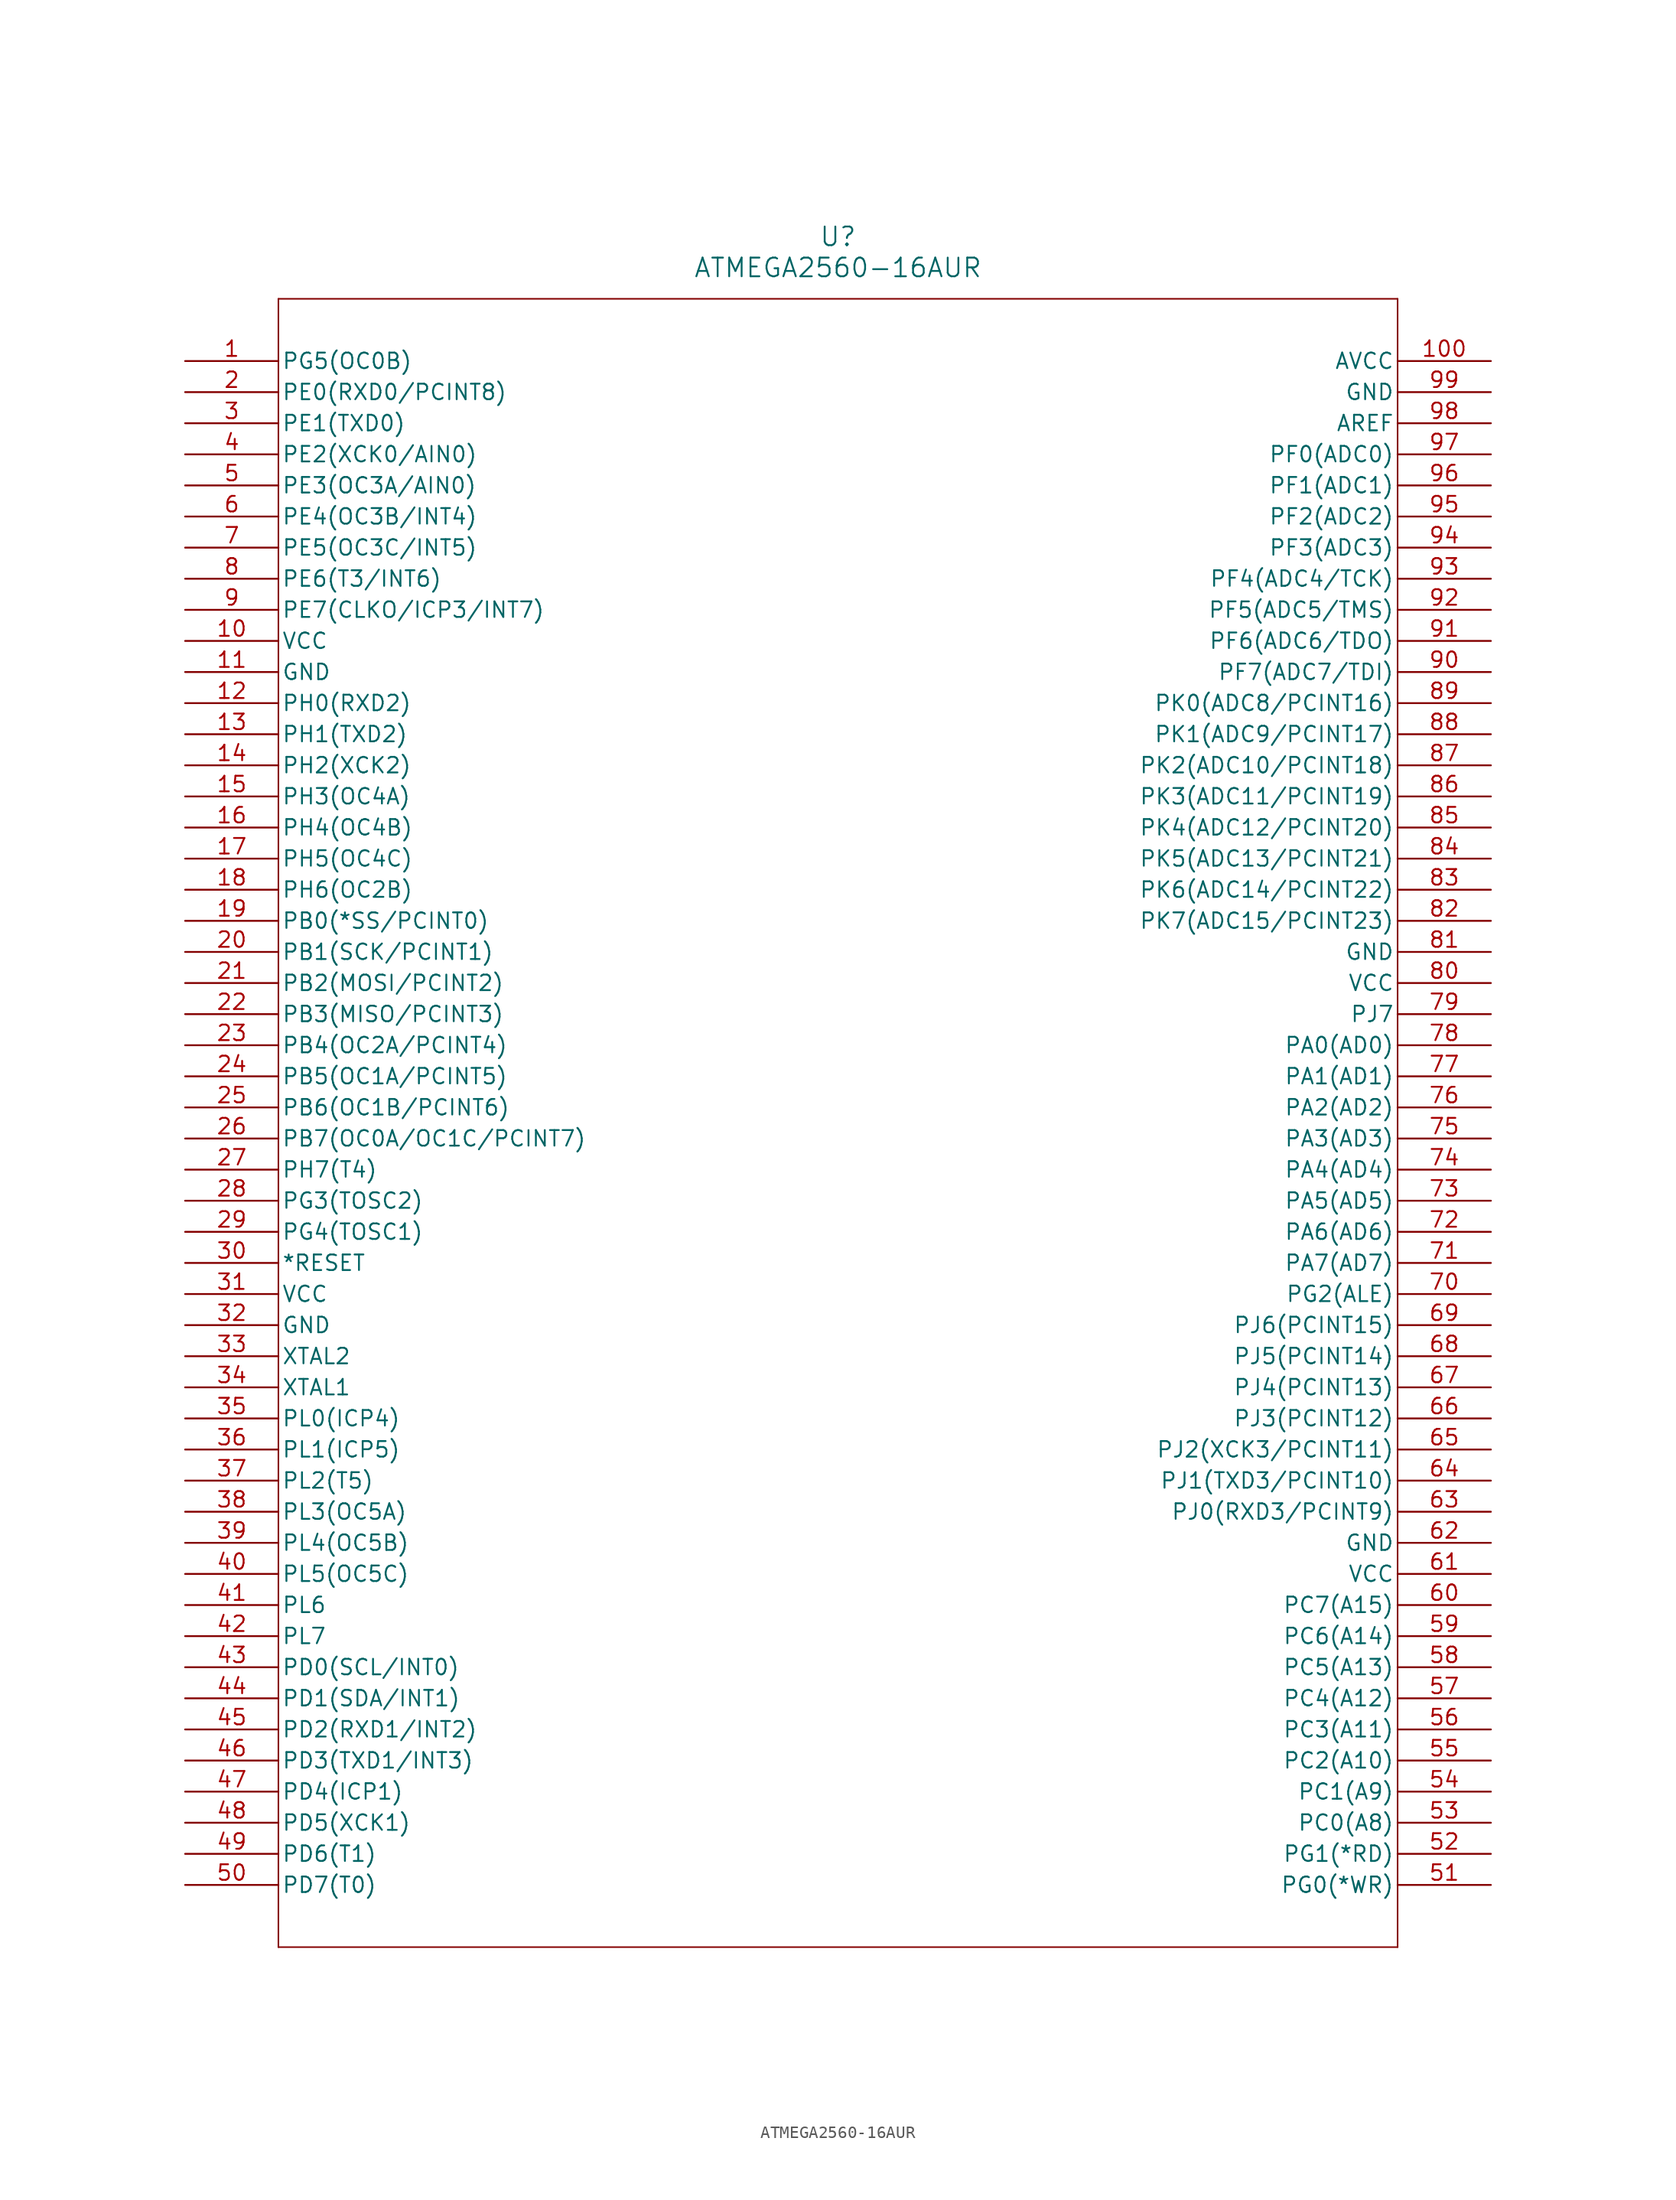
<source format=kicad_sym>
(kicad_symbol_lib
  (version 20211014)
  (generator kicad_symbol_editor)
  (symbol "ATMEGA2560-16AUR"
    (pin_names
      (offset 0.254))
    (property "Reference" "U"
      (at 53.34 10.16 0)
      (effects (font (size 1.524 1.524))))
    (property "Value" "ATMEGA2560-16AUR"
      (at 53.34 7.62 0)
      (effects (font (size 1.524 1.524))))
    (symbol "ATMEGA2560-16AUR_0_1"
      (polyline (pts (xy 7.62 5.08) (xy 7.62 -129.54)) (stroke (width 0.127) (type default) (color 0 0 0 0)) (fill (type none)))
      (polyline (pts (xy 7.62 -129.54) (xy 99.06 -129.54)) (stroke (width 0.127) (type default) (color 0 0 0 0)) (fill (type none)))
      (polyline (pts (xy 99.06 -129.54) (xy 99.06 5.08)) (stroke (width 0.127) (type default) (color 0 0 0 0)) (fill (type none)))
      (polyline (pts (xy 99.06 5.08) (xy 7.62 5.08)) (stroke (width 0.127) (type default) (color 0 0 0 0)) (fill (type none)))
      (pin bidirectional line (at 0 0 0) (length 7.62) (name "PG5(OC0B)" (effects (font (size 1.27 1.27)))) (number "1" (effects (font (size 1.27 1.27)))))
      (pin bidirectional line (at 0 -2.54 0) (length 7.62) (name "PE0(RXD0/PCINT8)" (effects (font (size 1.27 1.27)))) (number "2" (effects (font (size 1.27 1.27)))))
      (pin bidirectional line (at 0 -5.08 0) (length 7.62) (name "PE1(TXD0)" (effects (font (size 1.27 1.27)))) (number "3" (effects (font (size 1.27 1.27)))))
      (pin bidirectional line (at 0 -7.62 0) (length 7.62) (name "PE2(XCK0/AIN0)" (effects (font (size 1.27 1.27)))) (number "4" (effects (font (size 1.27 1.27)))))
      (pin bidirectional line (at 0 -10.16 0) (length 7.62) (name "PE3(OC3A/AIN0)" (effects (font (size 1.27 1.27)))) (number "5" (effects (font (size 1.27 1.27)))))
      (pin bidirectional line (at 0 -12.7 0) (length 7.62) (name "PE4(OC3B/INT4)" (effects (font (size 1.27 1.27)))) (number "6" (effects (font (size 1.27 1.27)))))
      (pin bidirectional line (at 0 -15.24 0) (length 7.62) (name "PE5(OC3C/INT5)" (effects (font (size 1.27 1.27)))) (number "7" (effects (font (size 1.27 1.27)))))
      (pin bidirectional line (at 0 -17.78 0) (length 7.62) (name "PE6(T3/INT6)" (effects (font (size 1.27 1.27)))) (number "8" (effects (font (size 1.27 1.27)))))
      (pin bidirectional line (at 0 -20.32 0) (length 7.62) (name "PE7(CLKO/ICP3/INT7)" (effects (font (size 1.27 1.27)))) (number "9" (effects (font (size 1.27 1.27)))))
      (pin power_in line (at 0 -22.86 0) (length 7.62) (name "VCC" (effects (font (size 1.27 1.27)))) (number "10" (effects (font (size 1.27 1.27)))))
      (pin power_out line (at 0 -25.4 0) (length 7.62) (name "GND" (effects (font (size 1.27 1.27)))) (number "11" (effects (font (size 1.27 1.27)))))
      (pin bidirectional line (at 0 -27.94 0) (length 7.62) (name "PH0(RXD2)" (effects (font (size 1.27 1.27)))) (number "12" (effects (font (size 1.27 1.27)))))
      (pin bidirectional line (at 0 -30.48 0) (length 7.62) (name "PH1(TXD2)" (effects (font (size 1.27 1.27)))) (number "13" (effects (font (size 1.27 1.27)))))
      (pin bidirectional line (at 0 -33.02 0) (length 7.62) (name "PH2(XCK2)" (effects (font (size 1.27 1.27)))) (number "14" (effects (font (size 1.27 1.27)))))
      (pin bidirectional line (at 0 -35.56 0) (length 7.62) (name "PH3(OC4A)" (effects (font (size 1.27 1.27)))) (number "15" (effects (font (size 1.27 1.27)))))
      (pin bidirectional line (at 0 -38.1 0) (length 7.62) (name "PH4(OC4B)" (effects (font (size 1.27 1.27)))) (number "16" (effects (font (size 1.27 1.27)))))
      (pin bidirectional line (at 0 -40.64 0) (length 7.62) (name "PH5(OC4C)" (effects (font (size 1.27 1.27)))) (number "17" (effects (font (size 1.27 1.27)))))
      (pin bidirectional line (at 0 -43.18 0) (length 7.62) (name "PH6(OC2B)" (effects (font (size 1.27 1.27)))) (number "18" (effects (font (size 1.27 1.27)))))
      (pin bidirectional line (at 0 -45.72 0) (length 7.62) (name "PB0(*SS/PCINT0)" (effects (font (size 1.27 1.27)))) (number "19" (effects (font (size 1.27 1.27)))))
      (pin bidirectional line (at 0 -48.26 0) (length 7.62) (name "PB1(SCK/PCINT1)" (effects (font (size 1.27 1.27)))) (number "20" (effects (font (size 1.27 1.27)))))
      (pin bidirectional line (at 0 -50.8 0) (length 7.62) (name "PB2(MOSI/PCINT2)" (effects (font (size 1.27 1.27)))) (number "21" (effects (font (size 1.27 1.27)))))
      (pin bidirectional line (at 0 -53.34 0) (length 7.62) (name "PB3(MISO/PCINT3)" (effects (font (size 1.27 1.27)))) (number "22" (effects (font (size 1.27 1.27)))))
      (pin bidirectional line (at 0 -55.88 0) (length 7.62) (name "PB4(OC2A/PCINT4)" (effects (font (size 1.27 1.27)))) (number "23" (effects (font (size 1.27 1.27)))))
      (pin bidirectional line (at 0 -58.42 0) (length 7.62) (name "PB5(OC1A/PCINT5)" (effects (font (size 1.27 1.27)))) (number "24" (effects (font (size 1.27 1.27)))))
      (pin bidirectional line (at 0 -60.96 0) (length 7.62) (name "PB6(OC1B/PCINT6)" (effects (font (size 1.27 1.27)))) (number "25" (effects (font (size 1.27 1.27)))))
      (pin bidirectional line (at 0 -63.5 0) (length 7.62) (name "PB7(OC0A/OC1C/PCINT7)" (effects (font (size 1.27 1.27)))) (number "26" (effects (font (size 1.27 1.27)))))
      (pin bidirectional line (at 0 -66.04 0) (length 7.62) (name "PH7(T4)" (effects (font (size 1.27 1.27)))) (number "27" (effects (font (size 1.27 1.27)))))
      (pin bidirectional line (at 0 -68.58 0) (length 7.62) (name "PG3(TOSC2)" (effects (font (size 1.27 1.27)))) (number "28" (effects (font (size 1.27 1.27)))))
      (pin bidirectional line (at 0 -71.12 0) (length 7.62) (name "PG4(TOSC1)" (effects (font (size 1.27 1.27)))) (number "29" (effects (font (size 1.27 1.27)))))
      (pin input line (at 0 -73.66 0) (length 7.62) (name "*RESET" (effects (font (size 1.27 1.27)))) (number "30" (effects (font (size 1.27 1.27)))))
      (pin power_in line (at 0 -76.2 0) (length 7.62) (name "VCC" (effects (font (size 1.27 1.27)))) (number "31" (effects (font (size 1.27 1.27)))))
      (pin power_out line (at 0 -78.74 0) (length 7.62) (name "GND" (effects (font (size 1.27 1.27)))) (number "32" (effects (font (size 1.27 1.27)))))
      (pin bidirectional line (at 0 -81.28 0) (length 7.62) (name "XTAL2" (effects (font (size 1.27 1.27)))) (number "33" (effects (font (size 1.27 1.27)))))
      (pin bidirectional line (at 0 -83.82 0) (length 7.62) (name "XTAL1" (effects (font (size 1.27 1.27)))) (number "34" (effects (font (size 1.27 1.27)))))
      (pin bidirectional line (at 0 -86.36 0) (length 7.62) (name "PL0(ICP4)" (effects (font (size 1.27 1.27)))) (number "35" (effects (font (size 1.27 1.27)))))
      (pin bidirectional line (at 0 -88.9 0) (length 7.62) (name "PL1(ICP5)" (effects (font (size 1.27 1.27)))) (number "36" (effects (font (size 1.27 1.27)))))
      (pin bidirectional line (at 0 -91.44 0) (length 7.62) (name "PL2(T5)" (effects (font (size 1.27 1.27)))) (number "37" (effects (font (size 1.27 1.27)))))
      (pin bidirectional line (at 0 -93.98 0) (length 7.62) (name "PL3(OC5A)" (effects (font (size 1.27 1.27)))) (number "38" (effects (font (size 1.27 1.27)))))
      (pin bidirectional line (at 0 -96.52 0) (length 7.62) (name "PL4(OC5B)" (effects (font (size 1.27 1.27)))) (number "39" (effects (font (size 1.27 1.27)))))
      (pin bidirectional line (at 0 -99.06 0) (length 7.62) (name "PL5(OC5C)" (effects (font (size 1.27 1.27)))) (number "40" (effects (font (size 1.27 1.27)))))
      (pin bidirectional line (at 0 -101.6 0) (length 7.62) (name "PL6" (effects (font (size 1.27 1.27)))) (number "41" (effects (font (size 1.27 1.27)))))
      (pin bidirectional line (at 0 -104.14 0) (length 7.62) (name "PL7" (effects (font (size 1.27 1.27)))) (number "42" (effects (font (size 1.27 1.27)))))
      (pin bidirectional line (at 0 -106.68 0) (length 7.62) (name "PD0(SCL/INT0)" (effects (font (size 1.27 1.27)))) (number "43" (effects (font (size 1.27 1.27)))))
      (pin bidirectional line (at 0 -109.22 0) (length 7.62) (name "PD1(SDA/INT1)" (effects (font (size 1.27 1.27)))) (number "44" (effects (font (size 1.27 1.27)))))
      (pin bidirectional line (at 0 -111.76 0) (length 7.62) (name "PD2(RXD1/INT2)" (effects (font (size 1.27 1.27)))) (number "45" (effects (font (size 1.27 1.27)))))
      (pin bidirectional line (at 0 -114.3 0) (length 7.62) (name "PD3(TXD1/INT3)" (effects (font (size 1.27 1.27)))) (number "46" (effects (font (size 1.27 1.27)))))
      (pin bidirectional line (at 0 -116.84 0) (length 7.62) (name "PD4(ICP1)" (effects (font (size 1.27 1.27)))) (number "47" (effects (font (size 1.27 1.27)))))
      (pin bidirectional line (at 0 -119.38 0) (length 7.62) (name "PD5(XCK1)" (effects (font (size 1.27 1.27)))) (number "48" (effects (font (size 1.27 1.27)))))
      (pin bidirectional line (at 0 -121.92 0) (length 7.62) (name "PD6(T1)" (effects (font (size 1.27 1.27)))) (number "49" (effects (font (size 1.27 1.27)))))
      (pin bidirectional line (at 0 -124.46 0) (length 7.62) (name "PD7(T0)" (effects (font (size 1.27 1.27)))) (number "50" (effects (font (size 1.27 1.27)))))
      (pin bidirectional line (at 106.68 -124.46 180) (length 7.62) (name "PG0(*WR)" (effects (font (size 1.27 1.27)))) (number "51" (effects (font (size 1.27 1.27)))))
      (pin bidirectional line (at 106.68 -121.92 180) (length 7.62) (name "PG1(*RD)" (effects (font (size 1.27 1.27)))) (number "52" (effects (font (size 1.27 1.27)))))
      (pin bidirectional line (at 106.68 -119.38 180) (length 7.62) (name "PC0(A8)" (effects (font (size 1.27 1.27)))) (number "53" (effects (font (size 1.27 1.27)))))
      (pin bidirectional line (at 106.68 -116.84 180) (length 7.62) (name "PC1(A9)" (effects (font (size 1.27 1.27)))) (number "54" (effects (font (size 1.27 1.27)))))
      (pin bidirectional line (at 106.68 -114.3 180) (length 7.62) (name "PC2(A10)" (effects (font (size 1.27 1.27)))) (number "55" (effects (font (size 1.27 1.27)))))
      (pin bidirectional line (at 106.68 -111.76 180) (length 7.62) (name "PC3(A11)" (effects (font (size 1.27 1.27)))) (number "56" (effects (font (size 1.27 1.27)))))
      (pin bidirectional line (at 106.68 -109.22 180) (length 7.62) (name "PC4(A12)" (effects (font (size 1.27 1.27)))) (number "57" (effects (font (size 1.27 1.27)))))
      (pin bidirectional line (at 106.68 -106.68 180) (length 7.62) (name "PC5(A13)" (effects (font (size 1.27 1.27)))) (number "58" (effects (font (size 1.27 1.27)))))
      (pin bidirectional line (at 106.68 -104.14 180) (length 7.62) (name "PC6(A14)" (effects (font (size 1.27 1.27)))) (number "59" (effects (font (size 1.27 1.27)))))
      (pin bidirectional line (at 106.68 -101.6 180) (length 7.62) (name "PC7(A15)" (effects (font (size 1.27 1.27)))) (number "60" (effects (font (size 1.27 1.27)))))
      (pin power_in line (at 106.68 -99.06 180) (length 7.62) (name "VCC" (effects (font (size 1.27 1.27)))) (number "61" (effects (font (size 1.27 1.27)))))
      (pin power_out line (at 106.68 -96.52 180) (length 7.62) (name "GND" (effects (font (size 1.27 1.27)))) (number "62" (effects (font (size 1.27 1.27)))))
      (pin bidirectional line (at 106.68 -93.98 180) (length 7.62) (name "PJ0(RXD3/PCINT9)" (effects (font (size 1.27 1.27)))) (number "63" (effects (font (size 1.27 1.27)))))
      (pin bidirectional line (at 106.68 -91.44 180) (length 7.62) (name "PJ1(TXD3/PCINT10)" (effects (font (size 1.27 1.27)))) (number "64" (effects (font (size 1.27 1.27)))))
      (pin bidirectional line (at 106.68 -88.9 180) (length 7.62) (name "PJ2(XCK3/PCINT11)" (effects (font (size 1.27 1.27)))) (number "65" (effects (font (size 1.27 1.27)))))
      (pin bidirectional line (at 106.68 -86.36 180) (length 7.62) (name "PJ3(PCINT12)" (effects (font (size 1.27 1.27)))) (number "66" (effects (font (size 1.27 1.27)))))
      (pin bidirectional line (at 106.68 -83.82 180) (length 7.62) (name "PJ4(PCINT13)" (effects (font (size 1.27 1.27)))) (number "67" (effects (font (size 1.27 1.27)))))
      (pin bidirectional line (at 106.68 -81.28 180) (length 7.62) (name "PJ5(PCINT14)" (effects (font (size 1.27 1.27)))) (number "68" (effects (font (size 1.27 1.27)))))
      (pin bidirectional line (at 106.68 -78.74 180) (length 7.62) (name "PJ6(PCINT15)" (effects (font (size 1.27 1.27)))) (number "69" (effects (font (size 1.27 1.27)))))
      (pin bidirectional line (at 106.68 -76.2 180) (length 7.62) (name "PG2(ALE)" (effects (font (size 1.27 1.27)))) (number "70" (effects (font (size 1.27 1.27)))))
      (pin bidirectional line (at 106.68 -73.66 180) (length 7.62) (name "PA7(AD7)" (effects (font (size 1.27 1.27)))) (number "71" (effects (font (size 1.27 1.27)))))
      (pin bidirectional line (at 106.68 -71.12 180) (length 7.62) (name "PA6(AD6)" (effects (font (size 1.27 1.27)))) (number "72" (effects (font (size 1.27 1.27)))))
      (pin bidirectional line (at 106.68 -68.58 180) (length 7.62) (name "PA5(AD5)" (effects (font (size 1.27 1.27)))) (number "73" (effects (font (size 1.27 1.27)))))
      (pin bidirectional line (at 106.68 -66.04 180) (length 7.62) (name "PA4(AD4)" (effects (font (size 1.27 1.27)))) (number "74" (effects (font (size 1.27 1.27)))))
      (pin bidirectional line (at 106.68 -63.5 180) (length 7.62) (name "PA3(AD3)" (effects (font (size 1.27 1.27)))) (number "75" (effects (font (size 1.27 1.27)))))
      (pin bidirectional line (at 106.68 -60.96 180) (length 7.62) (name "PA2(AD2)" (effects (font (size 1.27 1.27)))) (number "76" (effects (font (size 1.27 1.27)))))
      (pin bidirectional line (at 106.68 -58.42 180) (length 7.62) (name "PA1(AD1)" (effects (font (size 1.27 1.27)))) (number "77" (effects (font (size 1.27 1.27)))))
      (pin bidirectional line (at 106.68 -55.88 180) (length 7.62) (name "PA0(AD0)" (effects (font (size 1.27 1.27)))) (number "78" (effects (font (size 1.27 1.27)))))
      (pin bidirectional line (at 106.68 -53.34 180) (length 7.62) (name "PJ7" (effects (font (size 1.27 1.27)))) (number "79" (effects (font (size 1.27 1.27)))))
      (pin power_in line (at 106.68 -50.8 180) (length 7.62) (name "VCC" (effects (font (size 1.27 1.27)))) (number "80" (effects (font (size 1.27 1.27)))))
      (pin power_out line (at 106.68 -48.26 180) (length 7.62) (name "GND" (effects (font (size 1.27 1.27)))) (number "81" (effects (font (size 1.27 1.27)))))
      (pin bidirectional line (at 106.68 -45.72 180) (length 7.62) (name "PK7(ADC15/PCINT23)" (effects (font (size 1.27 1.27)))) (number "82" (effects (font (size 1.27 1.27)))))
      (pin bidirectional line (at 106.68 -43.18 180) (length 7.62) (name "PK6(ADC14/PCINT22)" (effects (font (size 1.27 1.27)))) (number "83" (effects (font (size 1.27 1.27)))))
      (pin bidirectional line (at 106.68 -40.64 180) (length 7.62) (name "PK5(ADC13/PCINT21)" (effects (font (size 1.27 1.27)))) (number "84" (effects (font (size 1.27 1.27)))))
      (pin bidirectional line (at 106.68 -38.1 180) (length 7.62) (name "PK4(ADC12/PCINT20)" (effects (font (size 1.27 1.27)))) (number "85" (effects (font (size 1.27 1.27)))))
      (pin bidirectional line (at 106.68 -35.56 180) (length 7.62) (name "PK3(ADC11/PCINT19)" (effects (font (size 1.27 1.27)))) (number "86" (effects (font (size 1.27 1.27)))))
      (pin bidirectional line (at 106.68 -33.02 180) (length 7.62) (name "PK2(ADC10/PCINT18)" (effects (font (size 1.27 1.27)))) (number "87" (effects (font (size 1.27 1.27)))))
      (pin bidirectional line (at 106.68 -30.48 180) (length 7.62) (name "PK1(ADC9/PCINT17)" (effects (font (size 1.27 1.27)))) (number "88" (effects (font (size 1.27 1.27)))))
      (pin bidirectional line (at 106.68 -27.94 180) (length 7.62) (name "PK0(ADC8/PCINT16)" (effects (font (size 1.27 1.27)))) (number "89" (effects (font (size 1.27 1.27)))))
      (pin bidirectional line (at 106.68 -25.4 180) (length 7.62) (name "PF7(ADC7/TDI)" (effects (font (size 1.27 1.27)))) (number "90" (effects (font (size 1.27 1.27)))))
      (pin bidirectional line (at 106.68 -22.86 180) (length 7.62) (name "PF6(ADC6/TDO)" (effects (font (size 1.27 1.27)))) (number "91" (effects (font (size 1.27 1.27)))))
      (pin bidirectional line (at 106.68 -20.32 180) (length 7.62) (name "PF5(ADC5/TMS)" (effects (font (size 1.27 1.27)))) (number "92" (effects (font (size 1.27 1.27)))))
      (pin bidirectional line (at 106.68 -17.78 180) (length 7.62) (name "PF4(ADC4/TCK)" (effects (font (size 1.27 1.27)))) (number "93" (effects (font (size 1.27 1.27)))))
      (pin bidirectional line (at 106.68 -15.24 180) (length 7.62) (name "PF3(ADC3)" (effects (font (size 1.27 1.27)))) (number "94" (effects (font (size 1.27 1.27)))))
      (pin bidirectional line (at 106.68 -12.7 180) (length 7.62) (name "PF2(ADC2)" (effects (font (size 1.27 1.27)))) (number "95" (effects (font (size 1.27 1.27)))))
      (pin bidirectional line (at 106.68 -10.16 180) (length 7.62) (name "PF1(ADC1)" (effects (font (size 1.27 1.27)))) (number "96" (effects (font (size 1.27 1.27)))))
      (pin bidirectional line (at 106.68 -7.62 180) (length 7.62) (name "PF0(ADC0)" (effects (font (size 1.27 1.27)))) (number "97" (effects (font (size 1.27 1.27)))))
      (pin power_in line (at 106.68 -5.08 180) (length 7.62) (name "AREF" (effects (font (size 1.27 1.27)))) (number "98" (effects (font (size 1.27 1.27)))))
      (pin power_out line (at 106.68 -2.54 180) (length 7.62) (name "GND" (effects (font (size 1.27 1.27)))) (number "99" (effects (font (size 1.27 1.27)))))
      (pin power_in line (at 106.68 0 180) (length 7.62) (name "AVCC" (effects (font (size 1.27 1.27)))) (number "100" (effects (font (size 1.27 1.27))))))))
</source>
